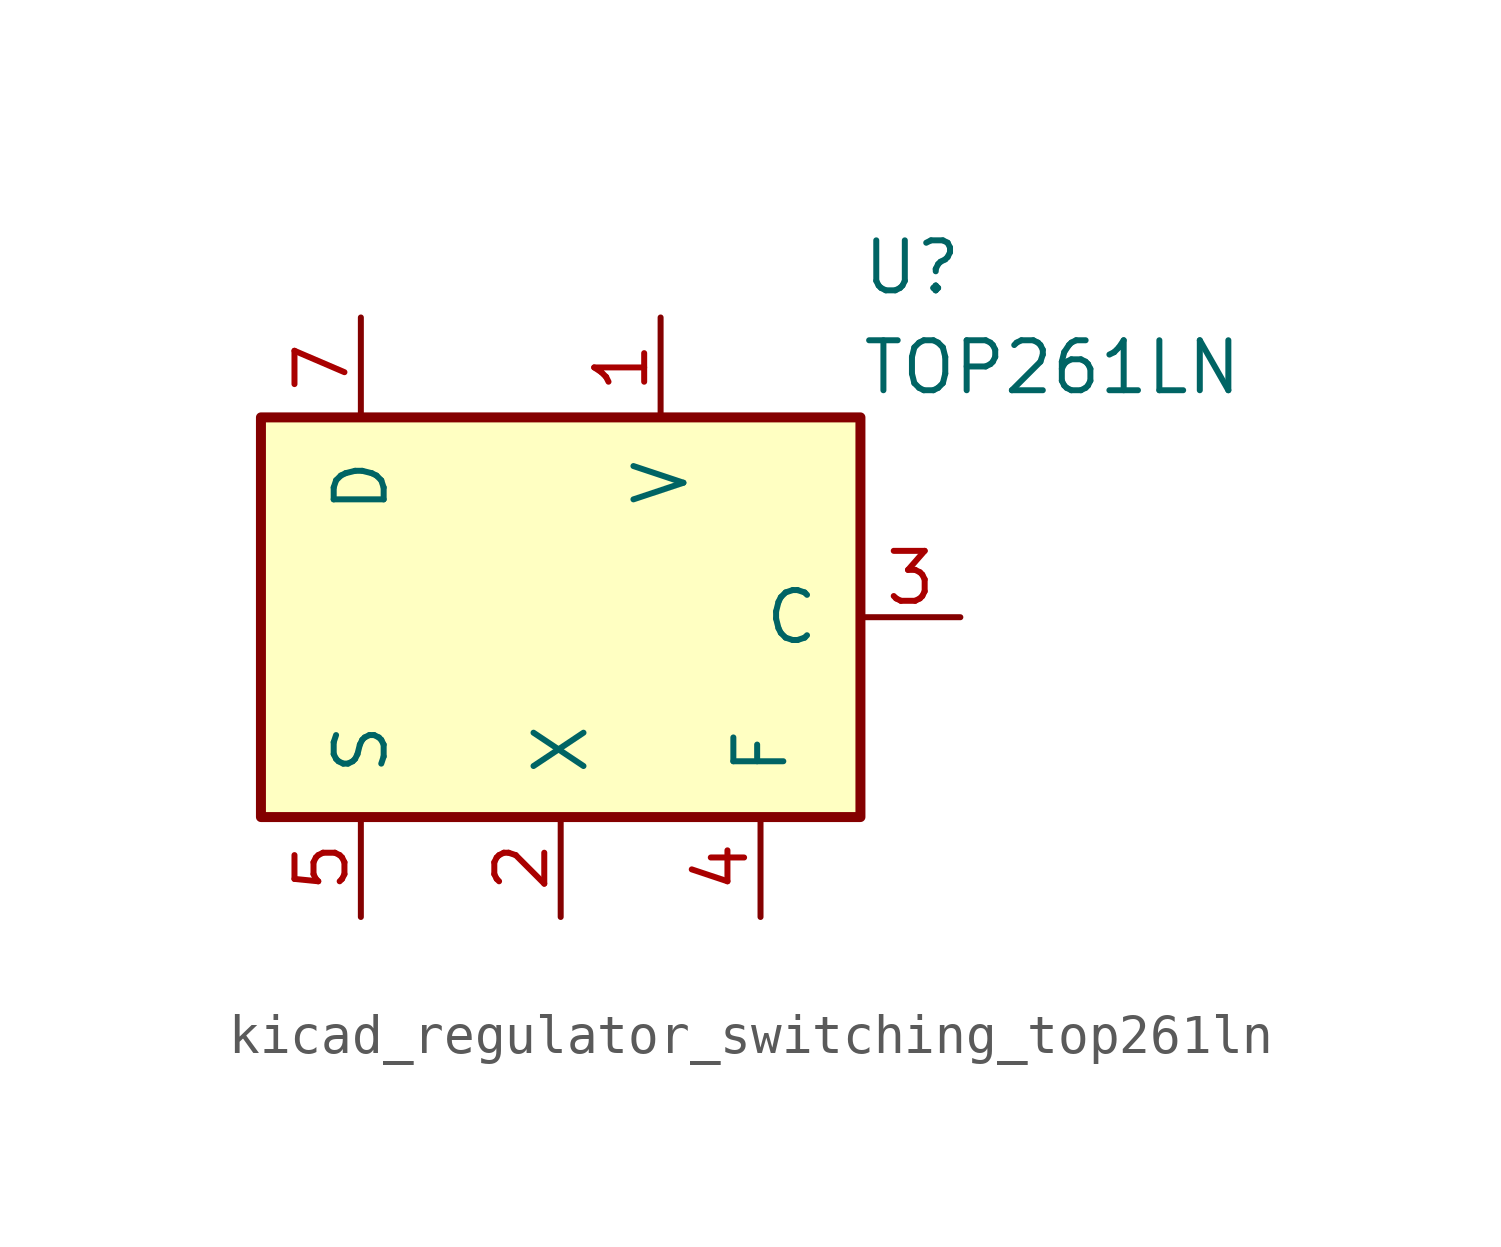
<source format=kicad_sym>
(kicad_symbol_lib
  (version 20220914)
  (generator kicad_symbol_editor)
  (symbol "kicad_regulator_switching_top261ln"
    (pin_names
      (offset 1.016))
    (property "Reference" "U"
      (at 7.62 8.89 0)
      (effects (font (size 1.27 1.27)) (justify left)))
    (property "Value" "TOP261LN"
      (at 7.62 6.35 0)
      (effects (font (size 1.27 1.27)) (justify left)))
    (symbol "kicad_regulator_switching_top261ln_0_1"
      (rectangle (start -7.62 5.08) (end 7.62 -5.08) (stroke (width 0.254) (type default)) (fill (type background))))
    (symbol "kicad_regulator_switching_top261ln_1_1"
      (pin input line (at 2.54 7.62 270) (length 2.54) (name "V" (effects (font (size 1.27 1.27)))) (number "1" (effects (font (size 1.27 1.27)))))
      (pin input line (at 0 -7.62 90) (length 2.54) (name "X" (effects (font (size 1.27 1.27)))) (number "2" (effects (font (size 1.27 1.27)))))
      (pin input line (at 10.16 0 180) (length 2.54) (name "C" (effects (font (size 1.27 1.27)))) (number "3" (effects (font (size 1.27 1.27)))))
      (pin passive line (at 5.08 -7.62 90) (length 2.54) (name "F" (effects (font (size 1.27 1.27)))) (number "4" (effects (font (size 1.27 1.27)))))
      (pin power_in line (at -5.08 -7.62 90) (length 2.54) (name "S" (effects (font (size 1.27 1.27)))) (number "5" (effects (font (size 1.27 1.27)))))
      (pin open_collector line (at -5.08 7.62 270) (length 2.54) (name "D" (effects (font (size 1.27 1.27)))) (number "7" (effects (font (size 1.27 1.27))))))))
</source>
